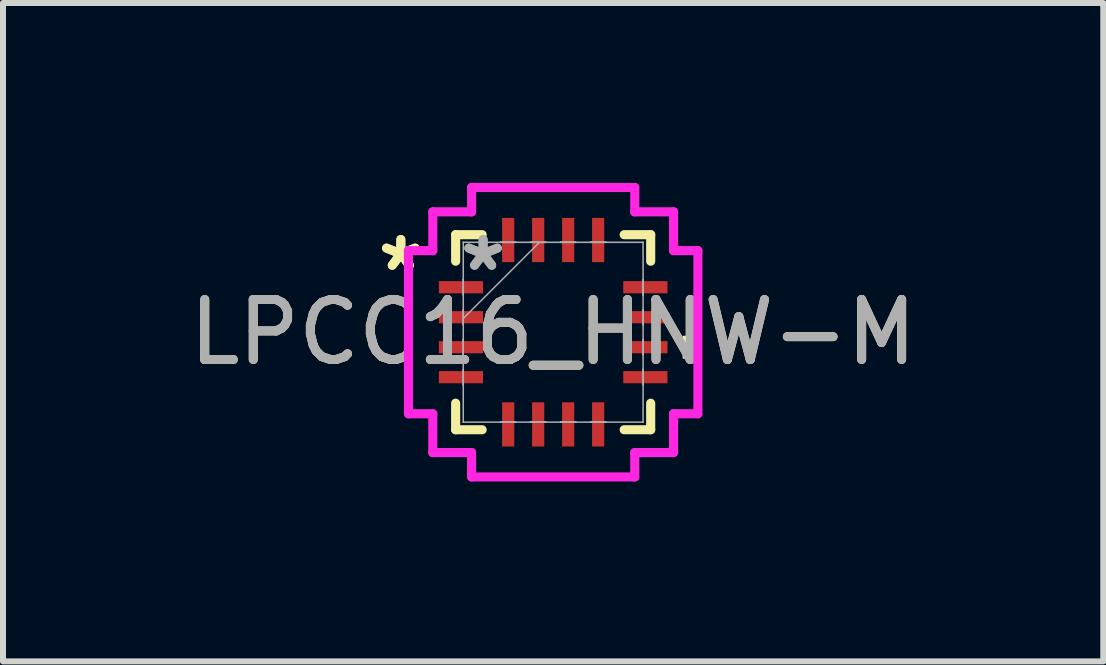
<source format=kicad_pcb>
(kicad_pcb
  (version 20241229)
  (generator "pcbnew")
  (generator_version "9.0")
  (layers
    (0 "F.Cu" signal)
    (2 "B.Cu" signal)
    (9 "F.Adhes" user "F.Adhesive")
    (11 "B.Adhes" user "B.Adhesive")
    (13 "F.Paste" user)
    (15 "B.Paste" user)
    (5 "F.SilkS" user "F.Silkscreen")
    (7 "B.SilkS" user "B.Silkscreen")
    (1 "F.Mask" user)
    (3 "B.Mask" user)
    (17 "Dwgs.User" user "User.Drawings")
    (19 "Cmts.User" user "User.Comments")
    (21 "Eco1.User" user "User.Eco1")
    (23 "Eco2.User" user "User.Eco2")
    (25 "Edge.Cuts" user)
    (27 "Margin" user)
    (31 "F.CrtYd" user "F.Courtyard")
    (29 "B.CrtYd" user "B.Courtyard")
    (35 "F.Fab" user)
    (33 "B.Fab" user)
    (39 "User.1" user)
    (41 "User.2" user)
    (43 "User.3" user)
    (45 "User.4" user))
  (footprint "LPCC16_HNW-M"
    (layer "F.Cu")
    (at 6.173 2.489)
    (property "Reference" "LPCC16_HNW-M" (at 0 0 0) (unlocked yes) (layer "F.SilkS") (effects (font (size 1 1) (thickness 0.15))))
    (attr smd)
    (fp_line (start -1.626 -1.626) (end -1.626 -1.184) (stroke (width 0.152) (type solid)) (layer "F.SilkS"))
    (fp_line (start -1.626 1.184) (end -1.626 1.626) (stroke (width 0.152) (type solid)) (layer "F.SilkS"))
    (fp_line (start -1.626 1.626) (end -1.184 1.626) (stroke (width 0.152) (type solid)) (layer "F.SilkS"))
    (fp_line (start -1.184 -1.626) (end -1.626 -1.626) (stroke (width 0.152) (type solid)) (layer "F.SilkS"))
    (fp_line (start 1.184 1.626) (end 1.626 1.626) (stroke (width 0.152) (type solid)) (layer "F.SilkS"))
    (fp_line (start 1.626 -1.626) (end 1.184 -1.626) (stroke (width 0.152) (type solid)) (layer "F.SilkS"))
    (fp_line (start 1.626 -1.184) (end 1.626 -1.626) (stroke (width 0.152) (type solid)) (layer "F.SilkS"))
    (fp_line (start 1.626 1.626) (end 1.626 1.184) (stroke (width 0.152) (type solid)) (layer "F.SilkS"))
    (fp_poly (pts (xy 2.413 0.059) (xy 2.413 0.441) (xy 2.159 0.441) (xy 2.159 0.059)) (stroke (width 0) (type solid)) (fill yes) (layer "F.SilkS"))
    (fp_line (start -2.413 -1.36) (end -2.007 -1.36) (stroke (width 0.152) (type solid)) (layer "F.CrtYd"))
    (fp_line (start -2.413 1.36) (end -2.413 -1.36) (stroke (width 0.152) (type solid)) (layer "F.CrtYd"))
    (fp_line (start -2.007 -2.007) (end -1.36 -2.007) (stroke (width 0.152) (type solid)) (layer "F.CrtYd"))
    (fp_line (start -2.007 -1.36) (end -2.007 -2.007) (stroke (width 0.152) (type solid)) (layer "F.CrtYd"))
    (fp_line (start -2.007 1.36) (end -2.413 1.36) (stroke (width 0.152) (type solid)) (layer "F.CrtYd"))
    (fp_line (start -2.007 2.007) (end -2.007 1.36) (stroke (width 0.152) (type solid)) (layer "F.CrtYd"))
    (fp_line (start -1.36 -2.413) (end 1.36 -2.413) (stroke (width 0.152) (type solid)) (layer "F.CrtYd"))
    (fp_line (start -1.36 -2.007) (end -1.36 -2.413) (stroke (width 0.152) (type solid)) (layer "F.CrtYd"))
    (fp_line (start -1.36 2.007) (end -2.007 2.007) (stroke (width 0.152) (type solid)) (layer "F.CrtYd"))
    (fp_line (start -1.36 2.413) (end -1.36 2.007) (stroke (width 0.152) (type solid)) (layer "F.CrtYd"))
    (fp_line (start 1.36 -2.413) (end 1.36 -2.007) (stroke (width 0.152) (type solid)) (layer "F.CrtYd"))
    (fp_line (start 1.36 -2.007) (end 2.007 -2.007) (stroke (width 0.152) (type solid)) (layer "F.CrtYd"))
    (fp_line (start 1.36 2.007) (end 1.36 2.413) (stroke (width 0.152) (type solid)) (layer "F.CrtYd"))
    (fp_line (start 1.36 2.413) (end -1.36 2.413) (stroke (width 0.152) (type solid)) (layer "F.CrtYd"))
    (fp_line (start 2.007 -2.007) (end 2.007 -1.36) (stroke (width 0.152) (type solid)) (layer "F.CrtYd"))
    (fp_line (start 2.007 -1.36) (end 2.413 -1.36) (stroke (width 0.152) (type solid)) (layer "F.CrtYd"))
    (fp_line (start 2.007 1.36) (end 2.007 2.007) (stroke (width 0.152) (type solid)) (layer "F.CrtYd"))
    (fp_line (start 2.007 2.007) (end 1.36 2.007) (stroke (width 0.152) (type solid)) (layer "F.CrtYd"))
    (fp_line (start 2.413 -1.36) (end 2.413 1.36) (stroke (width 0.152) (type solid)) (layer "F.CrtYd"))
    (fp_line (start 2.413 1.36) (end 2.007 1.36) (stroke (width 0.152) (type solid)) (layer "F.CrtYd"))
    (fp_line (start -1.499 -1.499) (end -1.499 -1.499) (stroke (width 0.025) (type solid)) (layer "F.Fab"))
    (fp_line (start -1.499 -1.499) (end -1.499 1.499) (stroke (width 0.025) (type solid)) (layer "F.Fab"))
    (fp_line (start -1.499 -0.877) (end -1.499 -0.877) (stroke (width 0.025) (type solid)) (layer "F.Fab"))
    (fp_line (start -1.499 -0.877) (end -1.499 -0.623) (stroke (width 0.025) (type solid)) (layer "F.Fab"))
    (fp_line (start -1.499 -0.623) (end -1.499 -0.877) (stroke (width 0.025) (type solid)) (layer "F.Fab"))
    (fp_line (start -1.499 -0.623) (end -1.499 -0.623) (stroke (width 0.025) (type solid)) (layer "F.Fab"))
    (fp_line (start -1.499 -0.377) (end -1.499 -0.377) (stroke (width 0.025) (type solid)) (layer "F.Fab"))
    (fp_line (start -1.499 -0.377) (end -1.499 -0.123) (stroke (width 0.025) (type solid)) (layer "F.Fab"))
    (fp_line (start -1.499 -0.229) (end -0.229 -1.499) (stroke (width 0.025) (type solid)) (layer "F.Fab"))
    (fp_line (start -1.499 -0.123) (end -1.499 -0.377) (stroke (width 0.025) (type solid)) (layer "F.Fab"))
    (fp_line (start -1.499 -0.123) (end -1.499 -0.123) (stroke (width 0.025) (type solid)) (layer "F.Fab"))
    (fp_line (start -1.499 0.123) (end -1.499 0.123) (stroke (width 0.025) (type solid)) (layer "F.Fab"))
    (fp_line (start -1.499 0.123) (end -1.499 0.377) (stroke (width 0.025) (type solid)) (layer "F.Fab"))
    (fp_line (start -1.499 0.377) (end -1.499 0.123) (stroke (width 0.025) (type solid)) (layer "F.Fab"))
    (fp_line (start -1.499 0.377) (end -1.499 0.377) (stroke (width 0.025) (type solid)) (layer "F.Fab"))
    (fp_line (start -1.499 0.623) (end -1.499 0.623) (stroke (width 0.025) (type solid)) (layer "F.Fab"))
    (fp_line (start -1.499 0.623) (end -1.499 0.877) (stroke (width 0.025) (type solid)) (layer "F.Fab"))
    (fp_line (start -1.499 0.877) (end -1.499 0.623) (stroke (width 0.025) (type solid)) (layer "F.Fab"))
    (fp_line (start -1.499 0.877) (end -1.499 0.877) (stroke (width 0.025) (type solid)) (layer "F.Fab"))
    (fp_line (start -1.499 1.499) (end -1.499 1.499) (stroke (width 0.025) (type solid)) (layer "F.Fab"))
    (fp_line (start -1.499 1.499) (end 1.499 1.499) (stroke (width 0.025) (type solid)) (layer "F.Fab"))
    (fp_line (start -0.877 -1.499) (end -0.877 -1.499) (stroke (width 0.025) (type solid)) (layer "F.Fab"))
    (fp_line (start -0.877 -1.499) (end -0.623 -1.499) (stroke (width 0.025) (type solid)) (layer "F.Fab"))
    (fp_line (start -0.877 1.499) (end -0.877 1.499) (stroke (width 0.025) (type solid)) (layer "F.Fab"))
    (fp_line (start -0.877 1.499) (end -0.623 1.499) (stroke (width 0.025) (type solid)) (layer "F.Fab"))
    (fp_line (start -0.623 -1.499) (end -0.877 -1.499) (stroke (width 0.025) (type solid)) (layer "F.Fab"))
    (fp_line (start -0.623 -1.499) (end -0.623 -1.499) (stroke (width 0.025) (type solid)) (layer "F.Fab"))
    (fp_line (start -0.623 1.499) (end -0.877 1.499) (stroke (width 0.025) (type solid)) (layer "F.Fab"))
    (fp_line (start -0.623 1.499) (end -0.623 1.499) (stroke (width 0.025) (type solid)) (layer "F.Fab"))
    (fp_line (start -0.377 -1.499) (end -0.377 -1.499) (stroke (width 0.025) (type solid)) (layer "F.Fab"))
    (fp_line (start -0.377 -1.499) (end -0.123 -1.499) (stroke (width 0.025) (type solid)) (layer "F.Fab"))
    (fp_line (start -0.377 1.499) (end -0.377 1.499) (stroke (width 0.025) (type solid)) (layer "F.Fab"))
    (fp_line (start -0.377 1.499) (end -0.123 1.499) (stroke (width 0.025) (type solid)) (layer "F.Fab"))
    (fp_line (start -0.123 -1.499) (end -0.377 -1.499) (stroke (width 0.025) (type solid)) (layer "F.Fab"))
    (fp_line (start -0.123 -1.499) (end -0.123 -1.499) (stroke (width 0.025) (type solid)) (layer "F.Fab"))
    (fp_line (start -0.123 1.499) (end -0.377 1.499) (stroke (width 0.025) (type solid)) (layer "F.Fab"))
    (fp_line (start -0.123 1.499) (end -0.123 1.499) (stroke (width 0.025) (type solid)) (layer "F.Fab"))
    (fp_line (start 0.123 -1.499) (end 0.123 -1.499) (stroke (width 0.025) (type solid)) (layer "F.Fab"))
    (fp_line (start 0.123 -1.499) (end 0.377 -1.499) (stroke (width 0.025) (type solid)) (layer "F.Fab"))
    (fp_line (start 0.123 1.499) (end 0.123 1.499) (stroke (width 0.025) (type solid)) (layer "F.Fab"))
    (fp_line (start 0.123 1.499) (end 0.377 1.499) (stroke (width 0.025) (type solid)) (layer "F.Fab"))
    (fp_line (start 0.377 -1.499) (end 0.123 -1.499) (stroke (width 0.025) (type solid)) (layer "F.Fab"))
    (fp_line (start 0.377 -1.499) (end 0.377 -1.499) (stroke (width 0.025) (type solid)) (layer "F.Fab"))
    (fp_line (start 0.377 1.499) (end 0.123 1.499) (stroke (width 0.025) (type solid)) (layer "F.Fab"))
    (fp_line (start 0.377 1.499) (end 0.377 1.499) (stroke (width 0.025) (type solid)) (layer "F.Fab"))
    (fp_line (start 0.623 -1.499) (end 0.623 -1.499) (stroke (width 0.025) (type solid)) (layer "F.Fab"))
    (fp_line (start 0.623 -1.499) (end 0.877 -1.499) (stroke (width 0.025) (type solid)) (layer "F.Fab"))
    (fp_line (start 0.623 1.499) (end 0.623 1.499) (stroke (width 0.025) (type solid)) (layer "F.Fab"))
    (fp_line (start 0.623 1.499) (end 0.877 1.499) (stroke (width 0.025) (type solid)) (layer "F.Fab"))
    (fp_line (start 0.877 -1.499) (end 0.623 -1.499) (stroke (width 0.025) (type solid)) (layer "F.Fab"))
    (fp_line (start 0.877 -1.499) (end 0.877 -1.499) (stroke (width 0.025) (type solid)) (layer "F.Fab"))
    (fp_line (start 0.877 1.499) (end 0.623 1.499) (stroke (width 0.025) (type solid)) (layer "F.Fab"))
    (fp_line (start 0.877 1.499) (end 0.877 1.499) (stroke (width 0.025) (type solid)) (layer "F.Fab"))
    (fp_line (start 1.499 -1.499) (end -1.499 -1.499) (stroke (width 0.025) (type solid)) (layer "F.Fab"))
    (fp_line (start 1.499 -1.499) (end 1.499 -1.499) (stroke (width 0.025) (type solid)) (layer "F.Fab"))
    (fp_line (start 1.499 -0.877) (end 1.499 -0.877) (stroke (width 0.025) (type solid)) (layer "F.Fab"))
    (fp_line (start 1.499 -0.877) (end 1.499 -0.623) (stroke (width 0.025) (type solid)) (layer "F.Fab"))
    (fp_line (start 1.499 -0.623) (end 1.499 -0.877) (stroke (width 0.025) (type solid)) (layer "F.Fab"))
    (fp_line (start 1.499 -0.623) (end 1.499 -0.623) (stroke (width 0.025) (type solid)) (layer "F.Fab"))
    (fp_line (start 1.499 -0.377) (end 1.499 -0.377) (stroke (width 0.025) (type solid)) (layer "F.Fab"))
    (fp_line (start 1.499 -0.377) (end 1.499 -0.123) (stroke (width 0.025) (type solid)) (layer "F.Fab"))
    (fp_line (start 1.499 -0.123) (end 1.499 -0.377) (stroke (width 0.025) (type solid)) (layer "F.Fab"))
    (fp_line (start 1.499 -0.123) (end 1.499 -0.123) (stroke (width 0.025) (type solid)) (layer "F.Fab"))
    (fp_line (start 1.499 0.123) (end 1.499 0.123) (stroke (width 0.025) (type solid)) (layer "F.Fab"))
    (fp_line (start 1.499 0.123) (end 1.499 0.377) (stroke (width 0.025) (type solid)) (layer "F.Fab"))
    (fp_line (start 1.499 0.377) (end 1.499 0.123) (stroke (width 0.025) (type solid)) (layer "F.Fab"))
    (fp_line (start 1.499 0.377) (end 1.499 0.377) (stroke (width 0.025) (type solid)) (layer "F.Fab"))
    (fp_line (start 1.499 0.623) (end 1.499 0.623) (stroke (width 0.025) (type solid)) (layer "F.Fab"))
    (fp_line (start 1.499 0.623) (end 1.499 0.877) (stroke (width 0.025) (type solid)) (layer "F.Fab"))
    (fp_line (start 1.499 0.877) (end 1.499 0.623) (stroke (width 0.025) (type solid)) (layer "F.Fab"))
    (fp_line (start 1.499 0.877) (end 1.499 0.877) (stroke (width 0.025) (type solid)) (layer "F.Fab"))
    (fp_line (start 1.499 1.499) (end 1.499 -1.499) (stroke (width 0.025) (type solid)) (layer "F.Fab"))
    (fp_line (start 1.499 1.499) (end 1.499 1.499) (stroke (width 0.025) (type solid)) (layer "F.Fab"))
    (fp_text user "*" (at -2.54 -1 0) (unlocked yes) (layer "F.SilkS") (effects (font (size 1 1) (thickness 0.15))))
    (fp_text user "*" (at -2.54 -1 0) (layer "F.SilkS") (effects (font (size 1 1) (thickness 0.15))))
    (fp_text user "*" (at -1.168 -1 0) (unlocked yes) (layer "F.Fab") (effects (font (size 1 1) (thickness 0.15))))
    (fp_text user "*" (at -1.168 -1 0) (layer "F.Fab") (effects (font (size 1 1) (thickness 0.15))))
    (fp_text user "${REFERENCE}" (at 0 0 0) (unlocked yes) (layer "F.Fab") (effects (font (size 1 1) (thickness 0.15))))
    (pad "1" smd rect (at -1.537 -0.75 90) (size 0.203 0.737) (layers "F.Cu" "F.Mask" "F.Paste"))
    (pad "2" smd rect (at -1.537 -0.25 90) (size 0.203 0.737) (layers "F.Cu" "F.Mask" "F.Paste"))
    (pad "3" smd rect (at -1.537 0.25 90) (size 0.203 0.737) (layers "F.Cu" "F.Mask" "F.Paste"))
    (pad "4" smd rect (at -1.537 0.75 90) (size 0.203 0.737) (layers "F.Cu" "F.Mask" "F.Paste"))
    (pad "5" smd rect (at -0.75 1.537) (size 0.203 0.737) (layers "F.Cu" "F.Mask" "F.Paste"))
    (pad "6" smd rect (at -0.25 1.537) (size 0.203 0.737) (layers "F.Cu" "F.Mask" "F.Paste"))
    (pad "7" smd rect (at 0.25 1.537) (size 0.203 0.737) (layers "F.Cu" "F.Mask" "F.Paste"))
    (pad "8" smd rect (at 0.75 1.537) (size 0.203 0.737) (layers "F.Cu" "F.Mask" "F.Paste"))
    (pad "9" smd rect (at 1.537 0.75 90) (size 0.203 0.737) (layers "F.Cu" "F.Mask" "F.Paste"))
    (pad "10" smd rect (at 1.537 0.25 90) (size 0.203 0.737) (layers "F.Cu" "F.Mask" "F.Paste"))
    (pad "11" smd rect (at 1.537 -0.25 90) (size 0.203 0.737) (layers "F.Cu" "F.Mask" "F.Paste"))
    (pad "12" smd rect (at 1.537 -0.75 90) (size 0.203 0.737) (layers "F.Cu" "F.Mask" "F.Paste"))
    (pad "13" smd rect (at 0.75 -1.537) (size 0.203 0.737) (layers "F.Cu" "F.Mask" "F.Paste"))
    (pad "14" smd rect (at 0.25 -1.537) (size 0.203 0.737) (layers "F.Cu" "F.Mask" "F.Paste"))
    (pad "15" smd rect (at -0.25 -1.537) (size 0.203 0.737) (layers "F.Cu" "F.Mask" "F.Paste"))
    (pad "16" smd rect (at -0.75 -1.537) (size 0.203 0.737) (layers "F.Cu" "F.Mask" "F.Paste")))
  (gr_rect
    (start -3 -3)
    (end 15.345 7.978)
    (stroke (width 0.1) (type default))
    (fill no)
    (layer "Edge.Cuts")))
</source>
